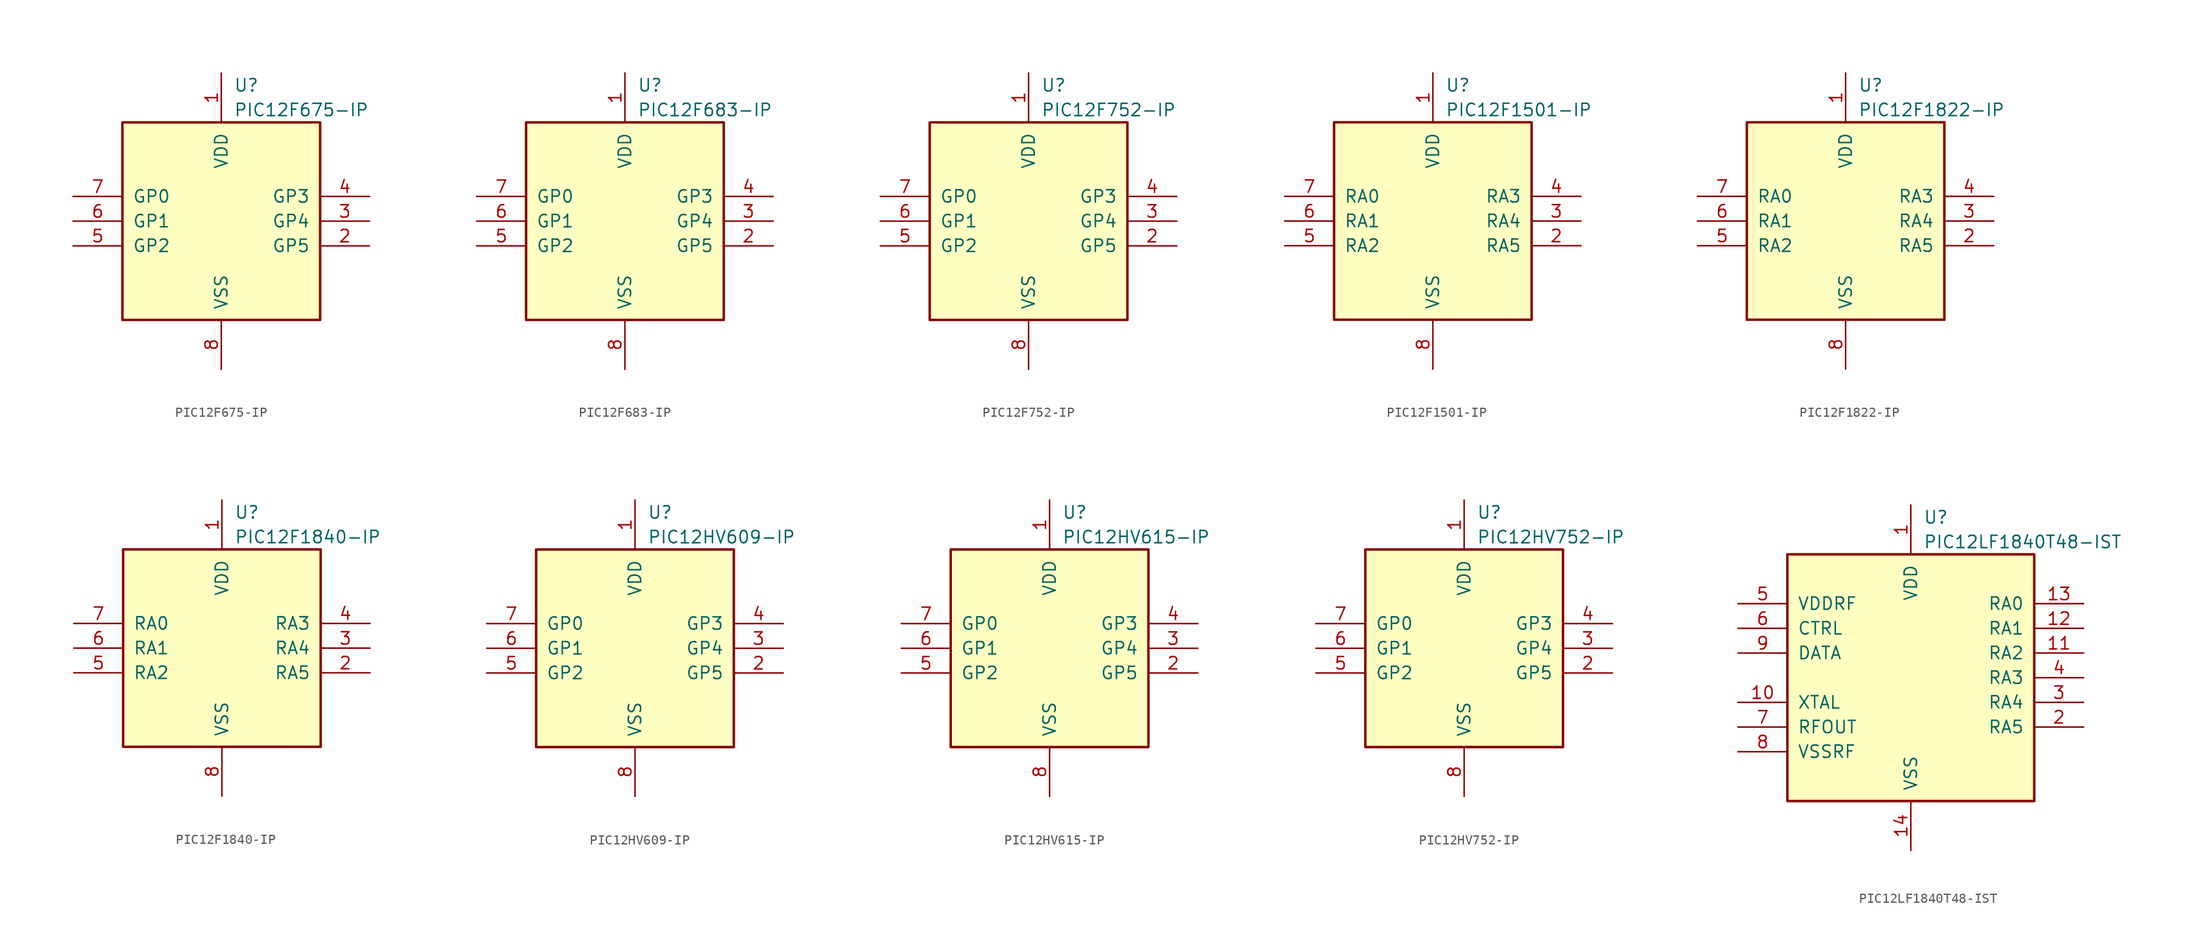
<source format=kicad_sym>
(kicad_symbol_lib
  (version 20211014)
  (generator kicad_symbol_editor)
  (symbol "PIC12F675-IP"
    (pin_names
      (offset 1.016))
    (property "Reference" "U"
      (at 1.27 13.97 0)
      (effects (font (size 1.27 1.27)) (justify left)))
    (property "Value" "PIC12F675-IP"
      (at 1.27 11.43 0)
      (effects (font (size 1.27 1.27)) (justify left)))
    (symbol "PIC12F675-IP_0_1"
      (rectangle (start 10.16 -10.16) (end -10.16 10.16) (stroke (width 0.254) (type default) (color 0 0 0 0)) (fill (type background))))
    (symbol "PIC12F675-IP_1_1"
      (pin power_in line (at 0 15.24 270) (length 5.08) (name "VDD" (effects (font (size 1.27 1.27)))) (number "1" (effects (font (size 1.27 1.27)))))
      (pin bidirectional line (at 15.24 -2.54 180) (length 5.08) (name "GP5" (effects (font (size 1.27 1.27)))) (number "2" (effects (font (size 1.27 1.27)))))
      (pin bidirectional line (at 15.24 0 180) (length 5.08) (name "GP4" (effects (font (size 1.27 1.27)))) (number "3" (effects (font (size 1.27 1.27)))))
      (pin input line (at 15.24 2.54 180) (length 5.08) (name "GP3" (effects (font (size 1.27 1.27)))) (number "4" (effects (font (size 1.27 1.27)))))
      (pin bidirectional line (at -15.24 -2.54 0) (length 5.08) (name "GP2" (effects (font (size 1.27 1.27)))) (number "5" (effects (font (size 1.27 1.27)))))
      (pin bidirectional line (at -15.24 0 0) (length 5.08) (name "GP1" (effects (font (size 1.27 1.27)))) (number "6" (effects (font (size 1.27 1.27)))))
      (pin bidirectional line (at -15.24 2.54 0) (length 5.08) (name "GP0" (effects (font (size 1.27 1.27)))) (number "7" (effects (font (size 1.27 1.27)))))
      (pin power_in line (at 0 -15.24 90) (length 5.08) (name "VSS" (effects (font (size 1.27 1.27)))) (number "8" (effects (font (size 1.27 1.27)))))))
  (symbol "PIC12F683-IP"
    (pin_names
      (offset 1.016))
    (property "Reference" "U"
      (at 1.27 13.97 0)
      (effects (font (size 1.27 1.27)) (justify left)))
    (property "Value" "PIC12F683-IP"
      (at 1.27 11.43 0)
      (effects (font (size 1.27 1.27)) (justify left)))
    (symbol "PIC12F683-IP_0_1"
      (rectangle (start 10.16 -10.16) (end -10.16 10.16) (stroke (width 0.254) (type default) (color 0 0 0 0)) (fill (type background))))
    (symbol "PIC12F683-IP_1_1"
      (pin power_in line (at 0 15.24 270) (length 5.08) (name "VDD" (effects (font (size 1.27 1.27)))) (number "1" (effects (font (size 1.27 1.27)))))
      (pin bidirectional line (at 15.24 -2.54 180) (length 5.08) (name "GP5" (effects (font (size 1.27 1.27)))) (number "2" (effects (font (size 1.27 1.27)))))
      (pin bidirectional line (at 15.24 0 180) (length 5.08) (name "GP4" (effects (font (size 1.27 1.27)))) (number "3" (effects (font (size 1.27 1.27)))))
      (pin input line (at 15.24 2.54 180) (length 5.08) (name "GP3" (effects (font (size 1.27 1.27)))) (number "4" (effects (font (size 1.27 1.27)))))
      (pin bidirectional line (at -15.24 -2.54 0) (length 5.08) (name "GP2" (effects (font (size 1.27 1.27)))) (number "5" (effects (font (size 1.27 1.27)))))
      (pin bidirectional line (at -15.24 0 0) (length 5.08) (name "GP1" (effects (font (size 1.27 1.27)))) (number "6" (effects (font (size 1.27 1.27)))))
      (pin bidirectional line (at -15.24 2.54 0) (length 5.08) (name "GP0" (effects (font (size 1.27 1.27)))) (number "7" (effects (font (size 1.27 1.27)))))
      (pin power_in line (at 0 -15.24 90) (length 5.08) (name "VSS" (effects (font (size 1.27 1.27)))) (number "8" (effects (font (size 1.27 1.27)))))))
  (symbol "PIC12F752-IP"
    (pin_names
      (offset 1.016))
    (property "Reference" "U"
      (at 1.27 13.97 0)
      (effects (font (size 1.27 1.27)) (justify left)))
    (property "Value" "PIC12F752-IP"
      (at 1.27 11.43 0)
      (effects (font (size 1.27 1.27)) (justify left)))
    (symbol "PIC12F752-IP_0_1"
      (rectangle (start 10.16 -10.16) (end -10.16 10.16) (stroke (width 0.254) (type default) (color 0 0 0 0)) (fill (type background))))
    (symbol "PIC12F752-IP_1_1"
      (pin power_in line (at 0 15.24 270) (length 5.08) (name "VDD" (effects (font (size 1.27 1.27)))) (number "1" (effects (font (size 1.27 1.27)))))
      (pin bidirectional line (at 15.24 -2.54 180) (length 5.08) (name "GP5" (effects (font (size 1.27 1.27)))) (number "2" (effects (font (size 1.27 1.27)))))
      (pin bidirectional line (at 15.24 0 180) (length 5.08) (name "GP4" (effects (font (size 1.27 1.27)))) (number "3" (effects (font (size 1.27 1.27)))))
      (pin input line (at 15.24 2.54 180) (length 5.08) (name "GP3" (effects (font (size 1.27 1.27)))) (number "4" (effects (font (size 1.27 1.27)))))
      (pin bidirectional line (at -15.24 -2.54 0) (length 5.08) (name "GP2" (effects (font (size 1.27 1.27)))) (number "5" (effects (font (size 1.27 1.27)))))
      (pin bidirectional line (at -15.24 0 0) (length 5.08) (name "GP1" (effects (font (size 1.27 1.27)))) (number "6" (effects (font (size 1.27 1.27)))))
      (pin bidirectional line (at -15.24 2.54 0) (length 5.08) (name "GP0" (effects (font (size 1.27 1.27)))) (number "7" (effects (font (size 1.27 1.27)))))
      (pin power_in line (at 0 -15.24 90) (length 5.08) (name "VSS" (effects (font (size 1.27 1.27)))) (number "8" (effects (font (size 1.27 1.27)))))))
  (symbol "PIC12F1501-IP"
    (pin_names
      (offset 1.016))
    (property "Reference" "U"
      (at 1.27 13.97 0)
      (effects (font (size 1.27 1.27)) (justify left)))
    (property "Value" "PIC12F1501-IP"
      (at 1.27 11.43 0)
      (effects (font (size 1.27 1.27)) (justify left)))
    (symbol "PIC12F1501-IP_0_1"
      (rectangle (start 10.16 -10.16) (end -10.16 10.16) (stroke (width 0.254) (type default) (color 0 0 0 0)) (fill (type background))))
    (symbol "PIC12F1501-IP_1_1"
      (pin power_in line (at 0 15.24 270) (length 5.08) (name "VDD" (effects (font (size 1.27 1.27)))) (number "1" (effects (font (size 1.27 1.27)))))
      (pin bidirectional line (at 15.24 -2.54 180) (length 5.08) (name "RA5" (effects (font (size 1.27 1.27)))) (number "2" (effects (font (size 1.27 1.27)))))
      (pin bidirectional line (at 15.24 0 180) (length 5.08) (name "RA4" (effects (font (size 1.27 1.27)))) (number "3" (effects (font (size 1.27 1.27)))))
      (pin input line (at 15.24 2.54 180) (length 5.08) (name "RA3" (effects (font (size 1.27 1.27)))) (number "4" (effects (font (size 1.27 1.27)))))
      (pin bidirectional line (at -15.24 -2.54 0) (length 5.08) (name "RA2" (effects (font (size 1.27 1.27)))) (number "5" (effects (font (size 1.27 1.27)))))
      (pin bidirectional line (at -15.24 0 0) (length 5.08) (name "RA1" (effects (font (size 1.27 1.27)))) (number "6" (effects (font (size 1.27 1.27)))))
      (pin bidirectional line (at -15.24 2.54 0) (length 5.08) (name "RA0" (effects (font (size 1.27 1.27)))) (number "7" (effects (font (size 1.27 1.27)))))
      (pin power_in line (at 0 -15.24 90) (length 5.08) (name "VSS" (effects (font (size 1.27 1.27)))) (number "8" (effects (font (size 1.27 1.27)))))))
  (symbol "PIC12F1822-IP"
    (pin_names
      (offset 1.016))
    (property "Reference" "U"
      (at 1.27 13.97 0)
      (effects (font (size 1.27 1.27)) (justify left)))
    (property "Value" "PIC12F1822-IP"
      (at 1.27 11.43 0)
      (effects (font (size 1.27 1.27)) (justify left)))
    (symbol "PIC12F1822-IP_0_1"
      (rectangle (start 10.16 -10.16) (end -10.16 10.16) (stroke (width 0.254) (type default) (color 0 0 0 0)) (fill (type background))))
    (symbol "PIC12F1822-IP_1_1"
      (pin power_in line (at 0 15.24 270) (length 5.08) (name "VDD" (effects (font (size 1.27 1.27)))) (number "1" (effects (font (size 1.27 1.27)))))
      (pin bidirectional line (at 15.24 -2.54 180) (length 5.08) (name "RA5" (effects (font (size 1.27 1.27)))) (number "2" (effects (font (size 1.27 1.27)))))
      (pin bidirectional line (at 15.24 0 180) (length 5.08) (name "RA4" (effects (font (size 1.27 1.27)))) (number "3" (effects (font (size 1.27 1.27)))))
      (pin input line (at 15.24 2.54 180) (length 5.08) (name "RA3" (effects (font (size 1.27 1.27)))) (number "4" (effects (font (size 1.27 1.27)))))
      (pin bidirectional line (at -15.24 -2.54 0) (length 5.08) (name "RA2" (effects (font (size 1.27 1.27)))) (number "5" (effects (font (size 1.27 1.27)))))
      (pin bidirectional line (at -15.24 0 0) (length 5.08) (name "RA1" (effects (font (size 1.27 1.27)))) (number "6" (effects (font (size 1.27 1.27)))))
      (pin bidirectional line (at -15.24 2.54 0) (length 5.08) (name "RA0" (effects (font (size 1.27 1.27)))) (number "7" (effects (font (size 1.27 1.27)))))
      (pin power_in line (at 0 -15.24 90) (length 5.08) (name "VSS" (effects (font (size 1.27 1.27)))) (number "8" (effects (font (size 1.27 1.27)))))))
  (symbol "PIC12F1840-IP"
    (pin_names
      (offset 1.016))
    (property "Reference" "U"
      (at 1.27 13.97 0)
      (effects (font (size 1.27 1.27)) (justify left)))
    (property "Value" "PIC12F1840-IP"
      (at 1.27 11.43 0)
      (effects (font (size 1.27 1.27)) (justify left)))
    (symbol "PIC12F1840-IP_0_1"
      (rectangle (start 10.16 -10.16) (end -10.16 10.16) (stroke (width 0.254) (type default) (color 0 0 0 0)) (fill (type background))))
    (symbol "PIC12F1840-IP_1_1"
      (pin power_in line (at 0 15.24 270) (length 5.08) (name "VDD" (effects (font (size 1.27 1.27)))) (number "1" (effects (font (size 1.27 1.27)))))
      (pin bidirectional line (at 15.24 -2.54 180) (length 5.08) (name "RA5" (effects (font (size 1.27 1.27)))) (number "2" (effects (font (size 1.27 1.27)))))
      (pin bidirectional line (at 15.24 0 180) (length 5.08) (name "RA4" (effects (font (size 1.27 1.27)))) (number "3" (effects (font (size 1.27 1.27)))))
      (pin input line (at 15.24 2.54 180) (length 5.08) (name "RA3" (effects (font (size 1.27 1.27)))) (number "4" (effects (font (size 1.27 1.27)))))
      (pin bidirectional line (at -15.24 -2.54 0) (length 5.08) (name "RA2" (effects (font (size 1.27 1.27)))) (number "5" (effects (font (size 1.27 1.27)))))
      (pin bidirectional line (at -15.24 0 0) (length 5.08) (name "RA1" (effects (font (size 1.27 1.27)))) (number "6" (effects (font (size 1.27 1.27)))))
      (pin bidirectional line (at -15.24 2.54 0) (length 5.08) (name "RA0" (effects (font (size 1.27 1.27)))) (number "7" (effects (font (size 1.27 1.27)))))
      (pin power_in line (at 0 -15.24 90) (length 5.08) (name "VSS" (effects (font (size 1.27 1.27)))) (number "8" (effects (font (size 1.27 1.27)))))))
  (symbol "PIC12HV609-IP"
    (pin_names
      (offset 1.016))
    (property "Reference" "U"
      (at 1.27 13.97 0)
      (effects (font (size 1.27 1.27)) (justify left)))
    (property "Value" "PIC12HV609-IP"
      (at 1.27 11.43 0)
      (effects (font (size 1.27 1.27)) (justify left)))
    (symbol "PIC12HV609-IP_0_1"
      (rectangle (start 10.16 -10.16) (end -10.16 10.16) (stroke (width 0.254) (type default) (color 0 0 0 0)) (fill (type background))))
    (symbol "PIC12HV609-IP_1_1"
      (pin power_in line (at 0 15.24 270) (length 5.08) (name "VDD" (effects (font (size 1.27 1.27)))) (number "1" (effects (font (size 1.27 1.27)))))
      (pin bidirectional line (at 15.24 -2.54 180) (length 5.08) (name "GP5" (effects (font (size 1.27 1.27)))) (number "2" (effects (font (size 1.27 1.27)))))
      (pin bidirectional line (at 15.24 0 180) (length 5.08) (name "GP4" (effects (font (size 1.27 1.27)))) (number "3" (effects (font (size 1.27 1.27)))))
      (pin input line (at 15.24 2.54 180) (length 5.08) (name "GP3" (effects (font (size 1.27 1.27)))) (number "4" (effects (font (size 1.27 1.27)))))
      (pin bidirectional line (at -15.24 -2.54 0) (length 5.08) (name "GP2" (effects (font (size 1.27 1.27)))) (number "5" (effects (font (size 1.27 1.27)))))
      (pin bidirectional line (at -15.24 0 0) (length 5.08) (name "GP1" (effects (font (size 1.27 1.27)))) (number "6" (effects (font (size 1.27 1.27)))))
      (pin bidirectional line (at -15.24 2.54 0) (length 5.08) (name "GP0" (effects (font (size 1.27 1.27)))) (number "7" (effects (font (size 1.27 1.27)))))
      (pin power_in line (at 0 -15.24 90) (length 5.08) (name "VSS" (effects (font (size 1.27 1.27)))) (number "8" (effects (font (size 1.27 1.27)))))))
  (symbol "PIC12HV615-IP"
    (pin_names
      (offset 1.016))
    (property "Reference" "U"
      (at 1.27 13.97 0)
      (effects (font (size 1.27 1.27)) (justify left)))
    (property "Value" "PIC12HV615-IP"
      (at 1.27 11.43 0)
      (effects (font (size 1.27 1.27)) (justify left)))
    (symbol "PIC12HV615-IP_0_1"
      (rectangle (start 10.16 -10.16) (end -10.16 10.16) (stroke (width 0.254) (type default) (color 0 0 0 0)) (fill (type background))))
    (symbol "PIC12HV615-IP_1_1"
      (pin power_in line (at 0 15.24 270) (length 5.08) (name "VDD" (effects (font (size 1.27 1.27)))) (number "1" (effects (font (size 1.27 1.27)))))
      (pin bidirectional line (at 15.24 -2.54 180) (length 5.08) (name "GP5" (effects (font (size 1.27 1.27)))) (number "2" (effects (font (size 1.27 1.27)))))
      (pin bidirectional line (at 15.24 0 180) (length 5.08) (name "GP4" (effects (font (size 1.27 1.27)))) (number "3" (effects (font (size 1.27 1.27)))))
      (pin input line (at 15.24 2.54 180) (length 5.08) (name "GP3" (effects (font (size 1.27 1.27)))) (number "4" (effects (font (size 1.27 1.27)))))
      (pin bidirectional line (at -15.24 -2.54 0) (length 5.08) (name "GP2" (effects (font (size 1.27 1.27)))) (number "5" (effects (font (size 1.27 1.27)))))
      (pin bidirectional line (at -15.24 0 0) (length 5.08) (name "GP1" (effects (font (size 1.27 1.27)))) (number "6" (effects (font (size 1.27 1.27)))))
      (pin bidirectional line (at -15.24 2.54 0) (length 5.08) (name "GP0" (effects (font (size 1.27 1.27)))) (number "7" (effects (font (size 1.27 1.27)))))
      (pin power_in line (at 0 -15.24 90) (length 5.08) (name "VSS" (effects (font (size 1.27 1.27)))) (number "8" (effects (font (size 1.27 1.27)))))))
  (symbol "PIC12HV752-IP"
    (pin_names
      (offset 1.016))
    (property "Reference" "U"
      (at 1.27 13.97 0)
      (effects (font (size 1.27 1.27)) (justify left)))
    (property "Value" "PIC12HV752-IP"
      (at 1.27 11.43 0)
      (effects (font (size 1.27 1.27)) (justify left)))
    (symbol "PIC12HV752-IP_0_1"
      (rectangle (start 10.16 -10.16) (end -10.16 10.16) (stroke (width 0.254) (type default) (color 0 0 0 0)) (fill (type background))))
    (symbol "PIC12HV752-IP_1_1"
      (pin power_in line (at 0 15.24 270) (length 5.08) (name "VDD" (effects (font (size 1.27 1.27)))) (number "1" (effects (font (size 1.27 1.27)))))
      (pin bidirectional line (at 15.24 -2.54 180) (length 5.08) (name "GP5" (effects (font (size 1.27 1.27)))) (number "2" (effects (font (size 1.27 1.27)))))
      (pin bidirectional line (at 15.24 0 180) (length 5.08) (name "GP4" (effects (font (size 1.27 1.27)))) (number "3" (effects (font (size 1.27 1.27)))))
      (pin input line (at 15.24 2.54 180) (length 5.08) (name "GP3" (effects (font (size 1.27 1.27)))) (number "4" (effects (font (size 1.27 1.27)))))
      (pin bidirectional line (at -15.24 -2.54 0) (length 5.08) (name "GP2" (effects (font (size 1.27 1.27)))) (number "5" (effects (font (size 1.27 1.27)))))
      (pin bidirectional line (at -15.24 0 0) (length 5.08) (name "GP1" (effects (font (size 1.27 1.27)))) (number "6" (effects (font (size 1.27 1.27)))))
      (pin bidirectional line (at -15.24 2.54 0) (length 5.08) (name "GP0" (effects (font (size 1.27 1.27)))) (number "7" (effects (font (size 1.27 1.27)))))
      (pin power_in line (at 0 -15.24 90) (length 5.08) (name "VSS" (effects (font (size 1.27 1.27)))) (number "8" (effects (font (size 1.27 1.27)))))))
  (symbol "PIC12LF1840T48-IST"
    (pin_names
      (offset 1.016))
    (property "Reference" "U"
      (at 1.27 16.51 0)
      (effects (font (size 1.27 1.27)) (justify left)))
    (property "Value" "PIC12LF1840T48-IST"
      (at 1.27 13.97 0)
      (effects (font (size 1.27 1.27)) (justify left)))
    (symbol "PIC12LF1840T48-IST_0_1"
      (rectangle (start 12.7 -12.7) (end -12.7 12.7) (stroke (width 0.254) (type default) (color 0 0 0 0)) (fill (type background))))
    (symbol "PIC12LF1840T48-IST_1_1"
      (pin power_in line (at 0 17.78 270) (length 5.08) (name "VDD" (effects (font (size 1.27 1.27)))) (number "1" (effects (font (size 1.27 1.27)))))
      (pin input line (at -17.78 -2.54 0) (length 5.08) (name "XTAL" (effects (font (size 1.27 1.27)))) (number "10" (effects (font (size 1.27 1.27)))))
      (pin bidirectional line (at 17.78 2.54 180) (length 5.08) (name "RA2" (effects (font (size 1.27 1.27)))) (number "11" (effects (font (size 1.27 1.27)))))
      (pin bidirectional line (at 17.78 5.08 180) (length 5.08) (name "RA1" (effects (font (size 1.27 1.27)))) (number "12" (effects (font (size 1.27 1.27)))))
      (pin bidirectional line (at 17.78 7.62 180) (length 5.08) (name "RA0" (effects (font (size 1.27 1.27)))) (number "13" (effects (font (size 1.27 1.27)))))
      (pin power_in line (at 0 -17.78 90) (length 5.08) (name "VSS" (effects (font (size 1.27 1.27)))) (number "14" (effects (font (size 1.27 1.27)))))
      (pin bidirectional line (at 17.78 -5.08 180) (length 5.08) (name "RA5" (effects (font (size 1.27 1.27)))) (number "2" (effects (font (size 1.27 1.27)))))
      (pin bidirectional line (at 17.78 -2.54 180) (length 5.08) (name "RA4" (effects (font (size 1.27 1.27)))) (number "3" (effects (font (size 1.27 1.27)))))
      (pin input line (at 17.78 0 180) (length 5.08) (name "RA3" (effects (font (size 1.27 1.27)))) (number "4" (effects (font (size 1.27 1.27)))))
      (pin power_in line (at -17.78 7.62 0) (length 5.08) (name "VDDRF" (effects (font (size 1.27 1.27)))) (number "5" (effects (font (size 1.27 1.27)))))
      (pin input line (at -17.78 5.08 0) (length 5.08) (name "CTRL" (effects (font (size 1.27 1.27)))) (number "6" (effects (font (size 1.27 1.27)))))
      (pin input line (at -17.78 -5.08 0) (length 5.08) (name "RFOUT" (effects (font (size 1.27 1.27)))) (number "7" (effects (font (size 1.27 1.27)))))
      (pin power_in line (at -17.78 -7.62 0) (length 5.08) (name "VSSRF" (effects (font (size 1.27 1.27)))) (number "8" (effects (font (size 1.27 1.27)))))
      (pin input line (at -17.78 2.54 0) (length 5.08) (name "DATA" (effects (font (size 1.27 1.27)))) (number "9" (effects (font (size 1.27 1.27))))))))
</source>
